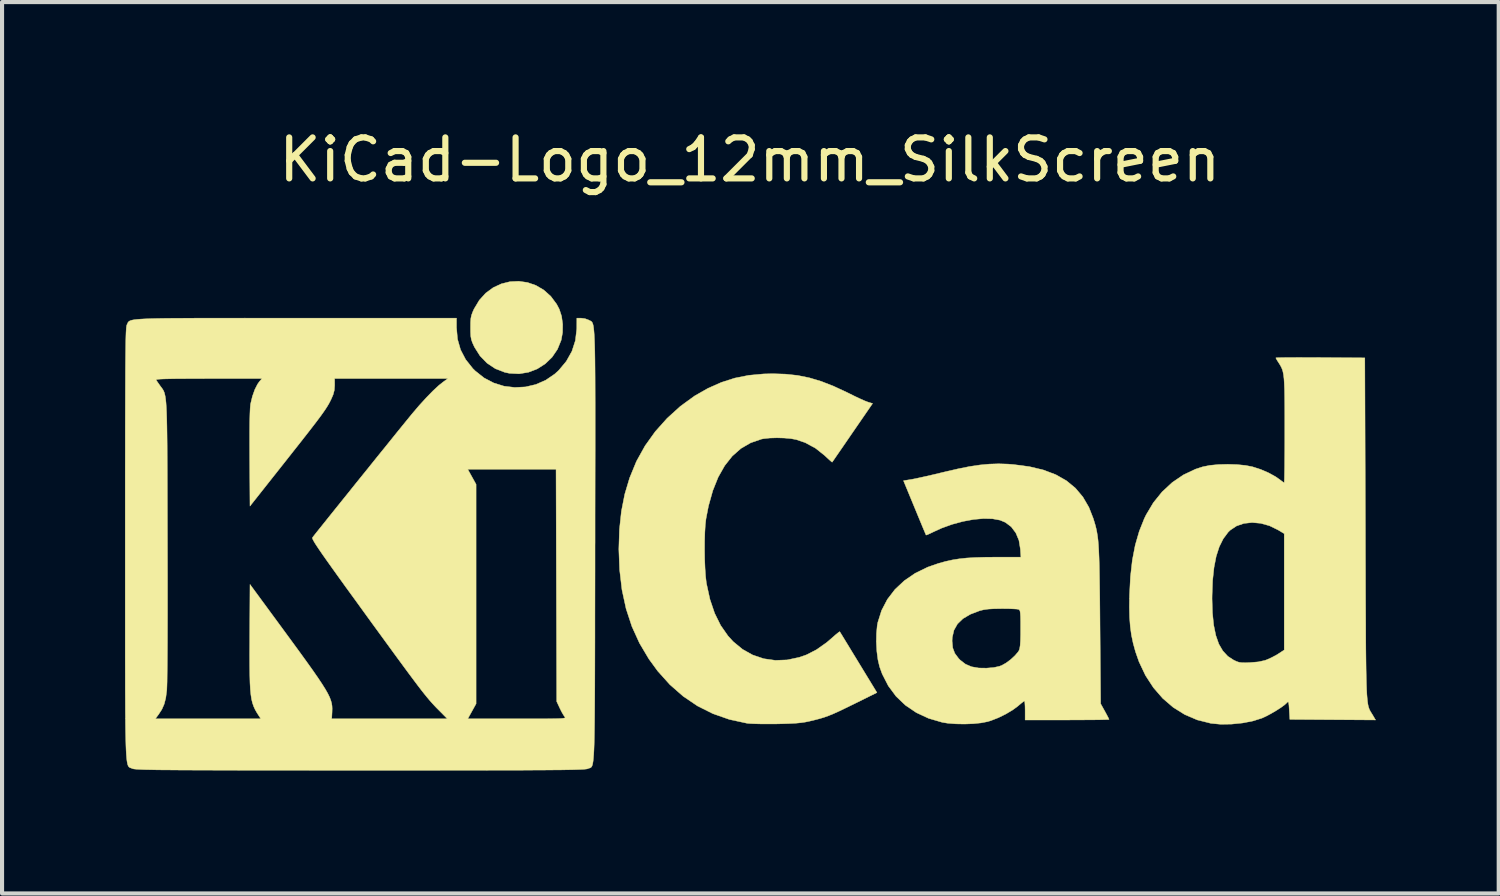
<source format=kicad_pcb>
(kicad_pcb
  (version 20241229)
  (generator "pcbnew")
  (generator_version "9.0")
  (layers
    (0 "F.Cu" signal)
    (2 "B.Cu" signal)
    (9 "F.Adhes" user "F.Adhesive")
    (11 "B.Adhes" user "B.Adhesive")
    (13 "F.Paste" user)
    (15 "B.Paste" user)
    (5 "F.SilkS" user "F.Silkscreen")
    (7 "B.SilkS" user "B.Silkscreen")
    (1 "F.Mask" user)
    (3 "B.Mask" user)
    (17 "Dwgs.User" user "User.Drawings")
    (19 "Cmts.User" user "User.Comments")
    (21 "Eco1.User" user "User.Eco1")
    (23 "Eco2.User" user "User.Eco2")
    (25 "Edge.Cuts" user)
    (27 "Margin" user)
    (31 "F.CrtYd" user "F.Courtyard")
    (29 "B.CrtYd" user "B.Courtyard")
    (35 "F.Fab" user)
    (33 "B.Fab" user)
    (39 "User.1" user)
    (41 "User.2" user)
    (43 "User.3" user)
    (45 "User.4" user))
  (footprint "KiCad-Logo_12mm_SilkScreen"
    (layer "F.Cu")
    (at 15.245 9.738)
    (property "Reference" "KiCad-Logo_12mm_SilkScreen" (at 0 -8.89 0) (layer "F.SilkS") (effects (font (size 1 1) (thickness 0.15))))
    (attr exclude_from_pos_files exclude_from_bom)
    (fp_poly (pts (xy -5.423 -5.895) (xy -5.218 -5.824) (xy -5.027 -5.712) (xy -4.856 -5.559) (xy -4.712 -5.366) (xy -4.648 -5.244) (xy -4.592 -5.073) (xy -4.565 -4.876) (xy -4.568 -4.674) (xy -4.601 -4.49) (xy -4.692 -4.266) (xy -4.824 -4.072) (xy -4.991 -3.911) (xy -5.185 -3.787) (xy -5.399 -3.705) (xy -5.628 -3.667) (xy -5.865 -3.679) (xy -5.981 -3.704) (xy -6.208 -3.792) (xy -6.41 -3.927) (xy -6.582 -4.104) (xy -6.718 -4.319) (xy -6.729 -4.343) (xy -6.769 -4.431) (xy -6.794 -4.505) (xy -6.808 -4.583) (xy -6.813 -4.684) (xy -6.814 -4.793) (xy -6.813 -4.925) (xy -6.806 -5.019) (xy -6.79 -5.096) (xy -6.762 -5.173) (xy -6.728 -5.249) (xy -6.599 -5.464) (xy -6.441 -5.638) (xy -6.259 -5.771) (xy -6.06 -5.863) (xy -5.85 -5.915) (xy -5.636 -5.925) (xy -5.423 -5.895)) (stroke (width 0.01) (type solid)) (fill yes) (layer "F.SilkS"))
    (fp_poly (pts (xy 0.875 -3.659) (xy 1.17 -3.627) (xy 1.455 -3.569) (xy 1.743 -3.483) (xy 2.045 -3.365) (xy 2.372 -3.213) (xy 2.431 -3.184) (xy 2.566 -3.117) (xy 2.694 -3.057) (xy 2.801 -3.009) (xy 2.876 -2.98) (xy 2.887 -2.976) (xy 2.997 -2.943) (xy 2.506 -2.23) (xy 2.386 -2.055) (xy 2.277 -1.896) (xy 2.181 -1.757) (xy 2.103 -1.644) (xy 2.047 -1.562) (xy 2.015 -1.517) (xy 2.01 -1.51) (xy 1.99 -1.525) (xy 1.939 -1.57) (xy 1.867 -1.636) (xy 1.827 -1.674) (xy 1.603 -1.852) (xy 1.351 -1.988) (xy 1.133 -2.062) (xy 1.003 -2.086) (xy 0.84 -2.1) (xy 0.663 -2.105) (xy 0.491 -2.1) (xy 0.345 -2.085) (xy 0.286 -2.074) (xy 0.022 -1.983) (xy -0.216 -1.845) (xy -0.427 -1.659) (xy -0.612 -1.425) (xy -0.771 -1.144) (xy -0.902 -0.817) (xy -1.007 -0.443) (xy -1.069 -0.123) (xy -1.085 0.018) (xy -1.096 0.201) (xy -1.102 0.412) (xy -1.103 0.637) (xy -1.1 0.865) (xy -1.091 1.081) (xy -1.078 1.273) (xy -1.06 1.428) (xy -1.056 1.452) (xy -0.972 1.836) (xy -0.857 2.176) (xy -0.71 2.473) (xy -0.531 2.729) (xy -0.404 2.868) (xy -0.176 3.056) (xy 0.073 3.195) (xy 0.341 3.285) (xy 0.623 3.325) (xy 0.913 3.314) (xy 1.209 3.251) (xy 1.384 3.19) (xy 1.626 3.066) (xy 1.876 2.89) (xy 2.016 2.77) (xy 2.094 2.701) (xy 2.156 2.651) (xy 2.191 2.626) (xy 2.195 2.625) (xy 2.211 2.65) (xy 2.252 2.716) (xy 2.314 2.818) (xy 2.394 2.949) (xy 2.488 3.104) (xy 2.594 3.277) (xy 2.653 3.374) (xy 3.103 4.112) (xy 2.541 4.39) (xy 2.338 4.489) (xy 2.174 4.568) (xy 2.038 4.629) (xy 1.921 4.677) (xy 1.812 4.716) (xy 1.701 4.749) (xy 1.579 4.781) (xy 1.461 4.809) (xy 1.357 4.831) (xy 1.248 4.847) (xy 1.123 4.859) (xy 0.972 4.867) (xy 0.783 4.873) (xy 0.655 4.876) (xy 0.474 4.877) (xy 0.3 4.877) (xy 0.144 4.873) (xy 0.02 4.868) (xy -0.063 4.861) (xy -0.068 4.86) (xy -0.497 4.767) (xy -0.9 4.626) (xy -1.276 4.438) (xy -1.626 4.201) (xy -1.95 3.917) (xy -2.247 3.586) (xy -2.462 3.291) (xy -2.691 2.905) (xy -2.876 2.498) (xy -3.018 2.066) (xy -3.118 1.605) (xy -3.176 1.113) (xy -3.195 0.614) (xy -3.18 0.131) (xy -3.132 -0.315) (xy -3.05 -0.731) (xy -2.932 -1.125) (xy -2.777 -1.503) (xy -2.759 -1.543) (xy -2.555 -1.91) (xy -2.305 -2.259) (xy -2.015 -2.583) (xy -1.693 -2.875) (xy -1.346 -3.127) (xy -1.022 -3.312) (xy -0.695 -3.457) (xy -0.368 -3.562) (xy -0.027 -3.63) (xy 0.34 -3.664) (xy 0.56 -3.669) (xy 0.875 -3.659)) (stroke (width 0.01) (type solid)) (fill yes) (layer "F.SilkS"))
    (fp_poly (pts (xy 13.611 -4.064) (xy 13.843 -4.063) (xy 13.922 -4.063) (xy 15.008 -4.056) (xy 15.022 0.109) (xy 15.023 0.674) (xy 15.025 1.187) (xy 15.026 1.65) (xy 15.028 2.067) (xy 15.03 2.44) (xy 15.031 2.772) (xy 15.033 3.064) (xy 15.036 3.321) (xy 15.039 3.544) (xy 15.043 3.737) (xy 15.047 3.901) (xy 15.052 4.04) (xy 15.058 4.157) (xy 15.066 4.253) (xy 15.074 4.331) (xy 15.083 4.395) (xy 15.094 4.447) (xy 15.107 4.489) (xy 15.12 4.524) (xy 15.136 4.555) (xy 15.153 4.585) (xy 15.172 4.615) (xy 15.193 4.649) (xy 15.198 4.657) (xy 15.27 4.78) (xy 14.224 4.773) (xy 13.178 4.766) (xy 13.164 4.536) (xy 13.157 4.426) (xy 13.149 4.362) (xy 13.139 4.337) (xy 13.123 4.342) (xy 13.11 4.356) (xy 13.052 4.41) (xy 12.959 4.478) (xy 12.842 4.553) (xy 12.715 4.627) (xy 12.592 4.692) (xy 12.498 4.735) (xy 12.276 4.805) (xy 12.022 4.854) (xy 11.754 4.881) (xy 11.491 4.885) (xy 11.252 4.862) (xy 11.248 4.861) (xy 10.92 4.779) (xy 10.614 4.648) (xy 10.331 4.471) (xy 10.075 4.251) (xy 9.849 3.99) (xy 9.655 3.692) (xy 9.498 3.36) (xy 9.412 3.114) (xy 9.355 2.907) (xy 9.313 2.708) (xy 9.285 2.503) (xy 9.268 2.28) (xy 9.262 2.027) (xy 9.265 1.821) (xy 11.28 1.821) (xy 11.29 2.167) (xy 11.32 2.464) (xy 11.372 2.717) (xy 11.445 2.926) (xy 11.543 3.094) (xy 11.664 3.225) (xy 11.805 3.317) (xy 11.878 3.352) (xy 11.941 3.373) (xy 12.011 3.382) (xy 12.106 3.383) (xy 12.208 3.379) (xy 12.409 3.362) (xy 12.568 3.327) (xy 12.618 3.309) (xy 12.732 3.258) (xy 12.852 3.194) (xy 12.905 3.161) (xy 13.041 3.072) (xy 13.041 0.233) (xy 12.891 0.143) (xy 12.682 0.041) (xy 12.468 -0.019) (xy 12.257 -0.038) (xy 12.057 -0.016) (xy 11.877 0.046) (xy 11.723 0.149) (xy 11.673 0.198) (xy 11.553 0.359) (xy 11.456 0.554) (xy 11.381 0.787) (xy 11.328 1.06) (xy 11.294 1.377) (xy 11.281 1.742) (xy 11.28 1.821) (xy 9.265 1.821) (xy 9.266 1.735) (xy 9.289 1.285) (xy 9.335 0.88) (xy 9.406 0.512) (xy 9.503 0.177) (xy 9.626 -0.132) (xy 9.67 -0.223) (xy 9.848 -0.522) (xy 10.062 -0.787) (xy 10.308 -1.015) (xy 10.581 -1.201) (xy 10.877 -1.341) (xy 11.053 -1.398) (xy 11.227 -1.433) (xy 11.436 -1.453) (xy 11.663 -1.459) (xy 11.89 -1.452) (xy 12.1 -1.431) (xy 12.268 -1.398) (xy 12.469 -1.333) (xy 12.663 -1.249) (xy 12.833 -1.155) (xy 12.924 -1.091) (xy 12.986 -1.044) (xy 13.03 -1.015) (xy 13.04 -1.011) (xy 13.043 -1.037) (xy 13.046 -1.113) (xy 13.048 -1.232) (xy 13.051 -1.391) (xy 13.052 -1.582) (xy 13.054 -1.801) (xy 13.055 -2.043) (xy 13.055 -2.29) (xy 13.055 -2.606) (xy 13.054 -2.872) (xy 13.052 -3.093) (xy 13.049 -3.276) (xy 13.043 -3.424) (xy 13.036 -3.543) (xy 13.025 -3.638) (xy 13.011 -3.713) (xy 12.993 -3.775) (xy 12.97 -3.828) (xy 12.943 -3.878) (xy 12.911 -3.929) (xy 12.907 -3.935) (xy 12.865 -4.001) (xy 12.84 -4.046) (xy 12.837 -4.056) (xy 12.863 -4.059) (xy 12.938 -4.061) (xy 13.056 -4.063) (xy 13.212 -4.064) (xy 13.399 -4.065) (xy 13.611 -4.064)) (stroke (width 0.01) (type solid)) (fill yes) (layer "F.SilkS"))
    (fp_poly (pts (xy 6.301 -1.464) (xy 6.436 -1.453) (xy 6.823 -1.402) (xy 7.166 -1.32) (xy 7.467 -1.206) (xy 7.726 -1.059) (xy 7.946 -0.878) (xy 8.128 -0.662) (xy 8.275 -0.41) (xy 8.382 -0.137) (xy 8.409 -0.049) (xy 8.433 0.032) (xy 8.453 0.113) (xy 8.47 0.196) (xy 8.485 0.288) (xy 8.498 0.391) (xy 8.508 0.511) (xy 8.516 0.651) (xy 8.523 0.817) (xy 8.529 1.012) (xy 8.533 1.242) (xy 8.537 1.509) (xy 8.541 1.82) (xy 8.544 2.178) (xy 8.546 2.458) (xy 8.562 4.384) (xy 8.665 4.569) (xy 8.713 4.658) (xy 8.749 4.727) (xy 8.766 4.764) (xy 8.767 4.767) (xy 8.741 4.77) (xy 8.666 4.772) (xy 8.548 4.775) (xy 8.394 4.777) (xy 8.209 4.778) (xy 7.999 4.779) (xy 7.77 4.78) (xy 7.743 4.78) (xy 6.719 4.78) (xy 6.719 4.547) (xy 6.717 4.443) (xy 6.712 4.362) (xy 6.706 4.319) (xy 6.703 4.315) (xy 6.676 4.332) (xy 6.62 4.376) (xy 6.547 4.437) (xy 6.546 4.439) (xy 6.413 4.537) (xy 6.246 4.636) (xy 6.063 4.726) (xy 5.883 4.796) (xy 5.804 4.82) (xy 5.646 4.851) (xy 5.452 4.871) (xy 5.241 4.879) (xy 5.029 4.875) (xy 4.834 4.86) (xy 4.698 4.838) (xy 4.363 4.74) (xy 4.063 4.6) (xy 3.797 4.42) (xy 3.569 4.202) (xy 3.38 3.947) (xy 3.232 3.658) (xy 3.168 3.482) (xy 3.128 3.312) (xy 3.101 3.107) (xy 3.089 2.886) (xy 3.089 2.854) (xy 4.937 2.854) (xy 4.952 3.018) (xy 5.003 3.154) (xy 5.097 3.28) (xy 5.133 3.317) (xy 5.262 3.417) (xy 5.411 3.481) (xy 5.589 3.512) (xy 5.777 3.515) (xy 5.955 3.5) (xy 6.091 3.47) (xy 6.15 3.448) (xy 6.257 3.387) (xy 6.37 3.303) (xy 6.473 3.207) (xy 6.55 3.116) (xy 6.571 3.082) (xy 6.586 3.035) (xy 6.598 2.96) (xy 6.605 2.851) (xy 6.609 2.699) (xy 6.609 2.554) (xy 6.609 2.386) (xy 6.607 2.264) (xy 6.602 2.181) (xy 6.595 2.128) (xy 6.583 2.099) (xy 6.567 2.084) (xy 6.562 2.082) (xy 6.518 2.074) (xy 6.431 2.069) (xy 6.312 2.064) (xy 6.175 2.063) (xy 6.145 2.063) (xy 5.961 2.066) (xy 5.819 2.074) (xy 5.707 2.09) (xy 5.613 2.113) (xy 5.382 2.201) (xy 5.201 2.308) (xy 5.068 2.437) (xy 4.982 2.59) (xy 4.941 2.768) (xy 4.937 2.854) (xy 3.089 2.854) (xy 3.092 2.67) (xy 3.11 2.476) (xy 3.125 2.397) (xy 3.217 2.106) (xy 3.357 1.838) (xy 3.542 1.596) (xy 3.77 1.382) (xy 4.037 1.199) (xy 4.343 1.05) (xy 4.602 0.96) (xy 4.775 0.912) (xy 4.941 0.875) (xy 5.11 0.848) (xy 5.293 0.828) (xy 5.501 0.816) (xy 5.744 0.809) (xy 5.964 0.807) (xy 6.616 0.806) (xy 6.603 0.61) (xy 6.568 0.397) (xy 6.492 0.215) (xy 6.38 0.066) (xy 6.234 -0.043) (xy 6.106 -0.096) (xy 5.922 -0.13) (xy 5.703 -0.135) (xy 5.46 -0.113) (xy 5.202 -0.065) (xy 4.939 0.006) (xy 4.683 0.098) (xy 4.497 0.183) (xy 4.407 0.226) (xy 4.339 0.257) (xy 4.304 0.268) (xy 4.302 0.268) (xy 4.29 0.242) (xy 4.26 0.171) (xy 4.215 0.064) (xy 4.158 -0.074) (xy 4.091 -0.235) (xy 4.023 -0.4) (xy 3.751 -1.059) (xy 3.944 -1.09) (xy 4.028 -1.106) (xy 4.154 -1.133) (xy 4.312 -1.168) (xy 4.49 -1.209) (xy 4.677 -1.254) (xy 4.752 -1.272) (xy 5.076 -1.347) (xy 5.359 -1.404) (xy 5.613 -1.442) (xy 5.847 -1.464) (xy 6.073 -1.471) (xy 6.301 -1.464)) (stroke (width 0.01) (type solid)) (fill yes) (layer "F.SilkS"))
    (fp_poly (pts (xy -11.847 -5.025) (xy -11.321 -5.025) (xy -11.076 -5.025) (xy -7.156 -5.025) (xy -7.156 -4.794) (xy -7.131 -4.513) (xy -7.057 -4.254) (xy -6.932 -4.015) (xy -6.756 -3.794) (xy -6.696 -3.735) (xy -6.482 -3.566) (xy -6.246 -3.443) (xy -5.995 -3.365) (xy -5.735 -3.334) (xy -5.475 -3.347) (xy -5.221 -3.406) (xy -4.98 -3.511) (xy -4.76 -3.661) (xy -4.661 -3.751) (xy -4.476 -3.973) (xy -4.34 -4.216) (xy -4.255 -4.479) (xy -4.222 -4.759) (xy -4.221 -4.786) (xy -4.22 -5.025) (xy -4.115 -5.025) (xy -4.021 -5.013) (xy -3.936 -4.982) (xy -3.931 -4.979) (xy -3.912 -4.969) (xy -3.894 -4.961) (xy -3.878 -4.953) (xy -3.863 -4.943) (xy -3.85 -4.928) (xy -3.838 -4.907) (xy -3.827 -4.876) (xy -3.817 -4.834) (xy -3.809 -4.778) (xy -3.802 -4.707) (xy -3.795 -4.617) (xy -3.79 -4.507) (xy -3.785 -4.374) (xy -3.781 -4.216) (xy -3.778 -4.031) (xy -3.776 -3.817) (xy -3.774 -3.571) (xy -3.773 -3.29) (xy -3.772 -2.974) (xy -3.772 -2.619) (xy -3.772 -2.223) (xy -3.772 -1.784) (xy -3.773 -1.3) (xy -3.774 -0.769) (xy -3.775 -0.187) (xy -3.775 0.446) (xy -3.776 0.524) (xy -3.776 1.161) (xy -3.777 1.747) (xy -3.778 2.282) (xy -3.778 2.769) (xy -3.779 3.211) (xy -3.78 3.609) (xy -3.781 3.967) (xy -3.783 4.285) (xy -3.785 4.568) (xy -3.787 4.815) (xy -3.79 5.031) (xy -3.793 5.217) (xy -3.797 5.376) (xy -3.802 5.509) (xy -3.808 5.62) (xy -3.815 5.709) (xy -3.822 5.781) (xy -3.831 5.836) (xy -3.84 5.877) (xy -3.851 5.906) (xy -3.863 5.926) (xy -3.877 5.939) (xy -3.892 5.948) (xy -3.908 5.953) (xy -3.926 5.958) (xy -3.946 5.965) (xy -3.95 5.968) (xy -3.965 5.973) (xy -3.991 5.977) (xy -4.028 5.981) (xy -4.08 5.985) (xy -4.148 5.988) (xy -4.236 5.991) (xy -4.344 5.994) (xy -4.476 5.996) (xy -4.633 5.999) (xy -4.818 6) (xy -5.033 6.002) (xy -5.28 6.003) (xy -5.561 6.005) (xy -5.878 6.006) (xy -6.234 6.006) (xy -6.631 6.007) (xy -7.071 6.007) (xy -7.556 6.008) (xy -8.088 6.008) (xy -8.67 6.008) (xy -9.303 6.008) (xy -9.509 6.008) (xy -10.156 6.008) (xy -10.752 6.008) (xy -11.297 6.007) (xy -11.794 6.007) (xy -12.245 6.007) (xy -12.653 6.006) (xy -13.02 6.005) (xy -13.347 6.004) (xy -13.638 6.003) (xy -13.894 6.002) (xy -14.117 6) (xy -14.31 5.999) (xy -14.476 5.997) (xy -14.615 5.994) (xy -14.731 5.992) (xy -14.826 5.989) (xy -14.901 5.985) (xy -14.96 5.982) (xy -15.003 5.978) (xy -15.035 5.974) (xy -15.056 5.969) (xy -15.067 5.965) (xy -15.088 5.956) (xy -15.107 5.95) (xy -15.124 5.943) (xy -15.139 5.935) (xy -15.154 5.921) (xy -15.166 5.902) (xy -15.178 5.873) (xy -15.188 5.832) (xy -15.197 5.779) (xy -15.205 5.709) (xy -15.212 5.622) (xy -15.218 5.514) (xy -15.223 5.383) (xy -15.227 5.228) (xy -15.231 5.045) (xy -15.234 4.834) (xy -15.234 4.752) (xy -14.505 4.752) (xy -11.929 4.752) (xy -11.979 4.677) (xy -12.028 4.6) (xy -12.07 4.526) (xy -12.104 4.452) (xy -12.133 4.37) (xy -12.156 4.277) (xy -12.173 4.166) (xy -12.186 4.034) (xy -12.195 3.875) (xy -12.2 3.683) (xy -12.203 3.454) (xy -12.204 3.182) (xy -12.202 2.863) (xy -12.202 2.744) (xy -12.195 1.472) (xy -11.389 2.569) (xy -11.161 2.88) (xy -10.963 3.151) (xy -10.794 3.385) (xy -10.65 3.587) (xy -10.531 3.759) (xy -10.434 3.905) (xy -10.357 4.028) (xy -10.297 4.133) (xy -10.253 4.223) (xy -10.223 4.302) (xy -10.203 4.372) (xy -10.193 4.439) (xy -10.19 4.504) (xy -10.192 4.573) (xy -10.192 4.581) (xy -10.201 4.752) (xy -8.789 4.752) (xy -7.378 4.752) (xy -7.588 4.54) (xy -7.645 4.483) (xy -7.699 4.426) (xy -7.752 4.368) (xy -7.807 4.306) (xy -7.867 4.235) (xy -7.933 4.154) (xy -8.008 4.059) (xy -8.094 3.947) (xy -8.194 3.814) (xy -8.31 3.659) (xy -8.445 3.476) (xy -8.6 3.265) (xy -8.779 3.02) (xy -8.983 2.74) (xy -9.215 2.422) (xy -9.405 2.16) (xy -9.643 1.831) (xy -9.852 1.544) (xy -10.031 1.295) (xy -10.184 1.082) (xy -10.312 0.902) (xy -10.417 0.753) (xy -10.501 0.631) (xy -10.566 0.534) (xy -10.614 0.46) (xy -10.646 0.404) (xy -10.665 0.366) (xy -10.673 0.342) (xy -10.67 0.329) (xy -10.644 0.295) (xy -10.587 0.222) (xy -10.502 0.116) (xy -10.393 -0.02) (xy -10.264 -0.181) (xy -10.118 -0.363) (xy -9.958 -0.562) (xy -9.788 -0.773) (xy -9.612 -0.993) (xy -9.432 -1.216) (xy -9.333 -1.338) (xy -6.882 -1.338) (xy -6.678 -0.97) (xy -6.678 4.384) (xy -6.882 4.752) (xy -5.676 4.752) (xy -5.388 4.752) (xy -5.151 4.752) (xy -4.958 4.751) (xy -4.807 4.749) (xy -4.693 4.747) (xy -4.61 4.744) (xy -4.554 4.739) (xy -4.521 4.733) (xy -4.507 4.725) (xy -4.506 4.715) (xy -4.515 4.704) (xy -4.515 4.704) (xy -4.549 4.654) (xy -4.595 4.573) (xy -4.635 4.492) (xy -4.711 4.329) (xy -4.719 1.495) (xy -4.727 -1.338) (xy -6.882 -1.338) (xy -9.333 -1.338) (xy -9.253 -1.438) (xy -9.078 -1.656) (xy -8.909 -1.864) (xy -8.752 -2.059) (xy -8.609 -2.237) (xy -8.483 -2.392) (xy -8.378 -2.521) (xy -8.298 -2.619) (xy -8.251 -2.677) (xy -8.069 -2.891) (xy -7.893 -3.084) (xy -7.731 -3.25) (xy -7.588 -3.383) (xy -7.486 -3.464) (xy -7.366 -3.551) (xy -10.13 -3.551) (xy -10.129 -3.388) (xy -10.137 -3.269) (xy -10.166 -3.159) (xy -10.211 -3.054) (xy -10.24 -2.995) (xy -10.271 -2.936) (xy -10.308 -2.874) (xy -10.352 -2.805) (xy -10.408 -2.724) (xy -10.476 -2.629) (xy -10.562 -2.514) (xy -10.667 -2.377) (xy -10.794 -2.213) (xy -10.946 -2.019) (xy -11.127 -1.79) (xy -11.338 -1.522) (xy -11.362 -1.492) (xy -12.195 -0.439) (xy -12.203 -1.605) (xy -12.204 -1.955) (xy -12.204 -2.251) (xy -12.202 -2.494) (xy -12.197 -2.686) (xy -12.191 -2.826) (xy -12.183 -2.917) (xy -12.18 -2.935) (xy -12.136 -3.117) (xy -12.078 -3.281) (xy -12.011 -3.413) (xy -11.972 -3.469) (xy -11.903 -3.551) (xy -13.204 -3.551) (xy -13.515 -3.55) (xy -13.774 -3.549) (xy -13.987 -3.548) (xy -14.156 -3.545) (xy -14.286 -3.542) (xy -14.38 -3.538) (xy -14.442 -3.533) (xy -14.476 -3.526) (xy -14.486 -3.518) (xy -14.485 -3.516) (xy -14.458 -3.475) (xy -14.412 -3.409) (xy -14.388 -3.375) (xy -14.363 -3.342) (xy -14.341 -3.312) (xy -14.321 -3.283) (xy -14.304 -3.252) (xy -14.288 -3.215) (xy -14.275 -3.17) (xy -14.263 -3.114) (xy -14.253 -3.043) (xy -14.244 -2.956) (xy -14.237 -2.849) (xy -14.231 -2.719) (xy -14.226 -2.563) (xy -14.222 -2.379) (xy -14.219 -2.162) (xy -14.216 -1.912) (xy -14.215 -1.623) (xy -14.213 -1.295) (xy -14.212 -0.922) (xy -14.211 -0.504) (xy -14.21 -0.036) (xy -14.209 0.393) (xy -14.208 0.872) (xy -14.207 1.329) (xy -14.207 1.761) (xy -14.207 2.166) (xy -14.208 2.539) (xy -14.209 2.879) (xy -14.211 3.182) (xy -14.213 3.446) (xy -14.216 3.668) (xy -14.218 3.844) (xy -14.222 3.971) (xy -14.225 4.048) (xy -14.226 4.056) (xy -14.25 4.242) (xy -14.288 4.391) (xy -14.345 4.521) (xy -14.428 4.649) (xy -14.439 4.663) (xy -14.505 4.752) (xy -15.234 4.752) (xy -15.236 4.59) (xy -15.237 4.313) (xy -15.239 3.999) (xy -15.239 3.648) (xy -15.24 3.255) (xy -15.24 2.82) (xy -15.24 2.339) (xy -15.24 1.811) (xy -15.24 1.234) (xy -15.24 0.604) (xy -15.24 0.479) (xy -15.24 -0.157) (xy -15.24 -0.741) (xy -15.24 -1.274) (xy -15.239 -1.76) (xy -15.239 -2.2) (xy -15.238 -2.597) (xy -15.237 -2.952) (xy -15.236 -3.269) (xy -15.235 -3.549) (xy -15.234 -3.794) (xy -15.232 -4.008) (xy -15.23 -4.191) (xy -15.228 -4.346) (xy -15.226 -4.477) (xy -15.223 -4.583) (xy -15.22 -4.669) (xy -15.216 -4.736) (xy -15.213 -4.787) (xy -15.208 -4.823) (xy -15.204 -4.848) (xy -15.199 -4.862) (xy -15.199 -4.862) (xy -15.188 -4.885) (xy -15.18 -4.905) (xy -15.17 -4.923) (xy -15.157 -4.939) (xy -15.138 -4.953) (xy -15.11 -4.966) (xy -15.071 -4.977) (xy -15.017 -4.987) (xy -14.947 -4.995) (xy -14.858 -5.002) (xy -14.746 -5.008) (xy -14.61 -5.013) (xy -14.447 -5.017) (xy -14.254 -5.02) (xy -14.029 -5.022) (xy -13.768 -5.023) (xy -13.47 -5.025) (xy -13.131 -5.025) (xy -12.75 -5.025) (xy -12.323 -5.026) (xy -11.847 -5.025)) (stroke (width 0.01) (type solid)) (fill yes) (layer "F.SilkS")))
  (gr_rect
    (start -3 -3)
    (end 33.52 18.751)
    (stroke (width 0.1) (type default))
    (fill no)
    (layer "Edge.Cuts")))
</source>
